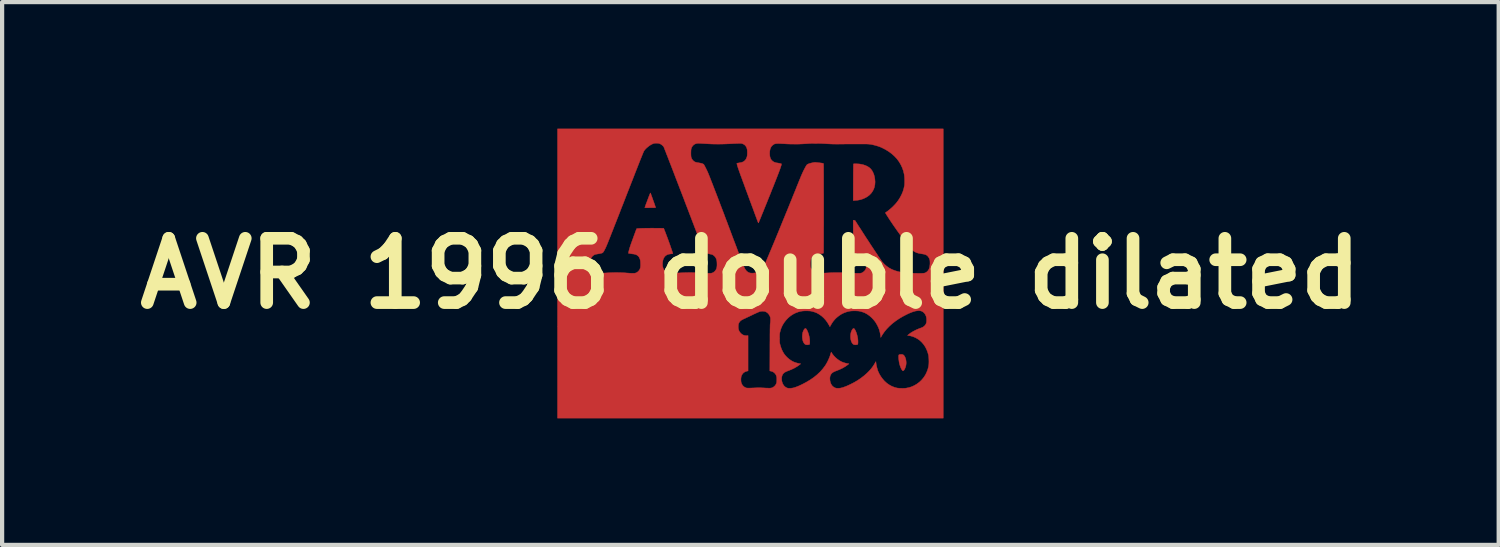
<source format=kicad_pcb>
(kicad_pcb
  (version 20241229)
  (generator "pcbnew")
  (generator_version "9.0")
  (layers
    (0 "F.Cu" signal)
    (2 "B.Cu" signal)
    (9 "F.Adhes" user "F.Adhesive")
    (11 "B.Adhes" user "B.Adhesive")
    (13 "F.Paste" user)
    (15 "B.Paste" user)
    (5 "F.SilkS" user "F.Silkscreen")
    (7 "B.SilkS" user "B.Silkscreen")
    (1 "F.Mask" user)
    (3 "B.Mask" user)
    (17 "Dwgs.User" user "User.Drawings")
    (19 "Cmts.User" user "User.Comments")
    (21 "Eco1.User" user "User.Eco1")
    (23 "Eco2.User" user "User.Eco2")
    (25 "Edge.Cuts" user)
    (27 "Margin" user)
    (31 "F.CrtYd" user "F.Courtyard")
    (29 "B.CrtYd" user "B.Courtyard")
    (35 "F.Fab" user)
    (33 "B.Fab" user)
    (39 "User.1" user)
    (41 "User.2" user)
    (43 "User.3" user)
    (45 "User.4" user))
  (footprint "AVR 1996 double dilated"
    (layer "F.Cu")
    (at 14.739 3.434)
    (property "Reference" "AVR 1996 double dilated" (at 0 0 0) (layer "F.SilkS") (effects (font (size 1.524 1.524) (thickness 0.3))))
    (attr through_hole)
    (fp_poly (pts (xy 1.311 1.303) (xy 1.322 1.311) (xy 1.333 1.327) (xy 1.346 1.351) (xy 1.347 1.352) (xy 1.366 1.396) (xy 1.382 1.444) (xy 1.395 1.496) (xy 1.404 1.547) (xy 1.408 1.597) (xy 1.408 1.642) (xy 1.407 1.647) (xy 1.406 1.664) (xy 1.404 1.674) (xy 1.401 1.68) (xy 1.396 1.683) (xy 1.391 1.684) (xy 1.367 1.689) (xy 1.344 1.691) (xy 1.329 1.689) (xy 1.309 1.684) (xy 1.294 1.676) (xy 1.281 1.663) (xy 1.277 1.659) (xy 1.261 1.634) (xy 1.247 1.603) (xy 1.238 1.566) (xy 1.232 1.525) (xy 1.231 1.488) (xy 1.234 1.44) (xy 1.242 1.397) (xy 1.256 1.359) (xy 1.274 1.326) (xy 1.279 1.321) (xy 1.29 1.308) (xy 1.301 1.302) (xy 1.311 1.303)) (stroke (width 0.01) (type solid)) (fill yes) (layer "F.Cu"))
    (fp_poly (pts (xy 2.454 1.303) (xy 2.465 1.311) (xy 2.476 1.327) (xy 2.489 1.351) (xy 2.49 1.352) (xy 2.509 1.396) (xy 2.525 1.444) (xy 2.538 1.496) (xy 2.547 1.547) (xy 2.551 1.597) (xy 2.551 1.642) (xy 2.55 1.647) (xy 2.549 1.664) (xy 2.547 1.674) (xy 2.544 1.68) (xy 2.539 1.683) (xy 2.534 1.684) (xy 2.51 1.689) (xy 2.487 1.691) (xy 2.472 1.689) (xy 2.452 1.684) (xy 2.437 1.676) (xy 2.424 1.663) (xy 2.42 1.659) (xy 2.404 1.634) (xy 2.39 1.603) (xy 2.381 1.566) (xy 2.375 1.525) (xy 2.374 1.488) (xy 2.377 1.44) (xy 2.385 1.397) (xy 2.399 1.359) (xy 2.417 1.326) (xy 2.422 1.321) (xy 2.433 1.308) (xy 2.444 1.302) (xy 2.454 1.303)) (stroke (width 0.01) (type solid)) (fill yes) (layer "F.Cu"))
    (fp_poly (pts (xy 3.596 1.918) (xy 3.614 1.923) (xy 3.616 1.923) (xy 3.635 1.936) (xy 3.652 1.956) (xy 3.666 1.981) (xy 3.678 2.012) (xy 3.687 2.046) (xy 3.692 2.083) (xy 3.694 2.121) (xy 3.691 2.156) (xy 3.686 2.186) (xy 3.678 2.215) (xy 3.668 2.242) (xy 3.657 2.266) (xy 3.645 2.286) (xy 3.633 2.299) (xy 3.62 2.307) (xy 3.616 2.307) (xy 3.611 2.304) (xy 3.603 2.297) (xy 3.599 2.292) (xy 3.585 2.271) (xy 3.57 2.243) (xy 3.557 2.21) (xy 3.544 2.174) (xy 3.534 2.137) (xy 3.526 2.101) (xy 3.522 2.07) (xy 3.518 2.039) (xy 3.515 2.008) (xy 3.514 1.981) (xy 3.514 1.958) (xy 3.515 1.946) (xy 3.518 1.934) (xy 3.522 1.927) (xy 3.53 1.923) (xy 3.534 1.921) (xy 3.552 1.918) (xy 3.574 1.917) (xy 3.596 1.918)) (stroke (width 0.01) (type solid)) (fill yes) (layer "F.Cu"))
    (fp_poly (pts (xy -2.368 -1.905) (xy -2.363 -1.894) (xy -2.356 -1.876) (xy -2.348 -1.853) (xy -2.338 -1.827) (xy -2.328 -1.798) (xy -2.316 -1.766) (xy -2.305 -1.734) (xy -2.293 -1.702) (xy -2.282 -1.671) (xy -2.272 -1.642) (xy -2.263 -1.616) (xy -2.256 -1.594) (xy -2.25 -1.577) (xy -2.247 -1.566) (xy -2.246 -1.563) (xy -2.251 -1.562) (xy -2.263 -1.561) (xy -2.281 -1.56) (xy -2.303 -1.56) (xy -2.329 -1.559) (xy -2.357 -1.559) (xy -2.385 -1.559) (xy -2.414 -1.558) (xy -2.44 -1.558) (xy -2.463 -1.558) (xy -2.482 -1.559) (xy -2.496 -1.559) (xy -2.502 -1.56) (xy -2.502 -1.56) (xy -2.502 -1.564) (xy -2.498 -1.576) (xy -2.492 -1.593) (xy -2.484 -1.617) (xy -2.474 -1.645) (xy -2.462 -1.676) (xy -2.449 -1.711) (xy -2.439 -1.738) (xy -2.425 -1.774) (xy -2.413 -1.808) (xy -2.401 -1.838) (xy -2.391 -1.864) (xy -2.382 -1.885) (xy -2.376 -1.9) (xy -2.372 -1.909) (xy -2.37 -1.91) (xy -2.368 -1.905)) (stroke (width 0.01) (type solid)) (fill yes) (layer "F.Cu"))
    (fp_poly (pts (xy 2.504 -2.601) (xy 2.528 -2.6) (xy 2.553 -2.599) (xy 2.577 -2.597) (xy 2.599 -2.595) (xy 2.607 -2.593) (xy 2.664 -2.582) (xy 2.718 -2.565) (xy 2.766 -2.544) (xy 2.808 -2.519) (xy 2.819 -2.511) (xy 2.853 -2.48) (xy 2.882 -2.443) (xy 2.906 -2.399) (xy 2.927 -2.35) (xy 2.942 -2.296) (xy 2.951 -2.239) (xy 2.956 -2.178) (xy 2.956 -2.167) (xy 2.952 -2.108) (xy 2.941 -2.051) (xy 2.922 -1.997) (xy 2.895 -1.947) (xy 2.862 -1.901) (xy 2.822 -1.86) (xy 2.775 -1.824) (xy 2.727 -1.796) (xy 2.667 -1.769) (xy 2.604 -1.749) (xy 2.54 -1.737) (xy 2.476 -1.732) (xy 2.468 -1.731) (xy 2.438 -1.731) (xy 2.439 -2.163) (xy 2.439 -2.223) (xy 2.44 -2.28) (xy 2.44 -2.334) (xy 2.44 -2.385) (xy 2.441 -2.432) (xy 2.441 -2.474) (xy 2.442 -2.511) (xy 2.442 -2.542) (xy 2.443 -2.567) (xy 2.443 -2.585) (xy 2.444 -2.595) (xy 2.444 -2.598) (xy 2.45 -2.6) (xy 2.463 -2.601) (xy 2.481 -2.601) (xy 2.504 -2.601)) (stroke (width 0.01) (type solid)) (fill yes) (layer "F.Cu"))
    (fp_poly (pts (xy 4.572 3.429) (xy -4.572 3.429) (xy -4.572 1.262) (xy -0.288 1.262) (xy -0.285 1.302) (xy -0.277 1.338) (xy -0.263 1.371) (xy -0.241 1.401) (xy -0.233 1.411) (xy -0.204 1.438) (xy -0.172 1.457) (xy -0.138 1.469) (xy -0.099 1.473) (xy -0.086 1.473) (xy -0.055 1.471) (xy -0.055 1.89) (xy -0.055 2.309) (xy -0.084 2.315) (xy -0.118 2.326) (xy -0.15 2.344) (xy -0.177 2.368) (xy -0.198 2.398) (xy -0.214 2.433) (xy -0.217 2.442) (xy -0.221 2.467) (xy -0.224 2.497) (xy -0.224 2.529) (xy -0.222 2.559) (xy -0.218 2.584) (xy -0.205 2.619) (xy -0.186 2.65) (xy -0.161 2.677) (xy -0.132 2.697) (xy -0.1 2.711) (xy -0.098 2.712) (xy -0.084 2.714) (xy -0.061 2.716) (xy -0.03 2.716) (xy 0.009 2.715) (xy 0.057 2.713) (xy 0.113 2.711) (xy 0.131 2.71) (xy 0.176 2.708) (xy 0.223 2.708) (xy 0.262 2.71) (xy 0.314 2.712) (xy 0.358 2.715) (xy 0.395 2.716) (xy 0.425 2.717) (xy 0.45 2.717) (xy 0.469 2.717) (xy 0.484 2.715) (xy 0.495 2.714) (xy 0.528 2.703) (xy 0.557 2.684) (xy 0.583 2.66) (xy 0.604 2.631) (xy 0.618 2.598) (xy 0.621 2.59) (xy 0.624 2.573) (xy 0.625 2.55) (xy 0.626 2.523) (xy 0.626 2.496) (xy 0.625 2.47) (xy 0.622 2.449) (xy 0.62 2.439) (xy 0.607 2.404) (xy 0.587 2.374) (xy 0.562 2.349) (xy 0.532 2.329) (xy 0.498 2.317) (xy 0.49 2.315) (xy 0.461 2.309) (xy 0.463 1.763) (xy 0.463 1.672) (xy 0.464 1.59) (xy 0.464 1.516) (xy 0.692 1.516) (xy 0.692 1.532) (xy 0.692 1.565) (xy 0.693 1.591) (xy 0.693 1.611) (xy 0.694 1.627) (xy 0.695 1.641) (xy 0.697 1.654) (xy 0.7 1.667) (xy 0.704 1.682) (xy 0.704 1.685) (xy 0.721 1.742) (xy 0.74 1.794) (xy 0.762 1.842) (xy 0.79 1.89) (xy 0.801 1.907) (xy 0.834 1.949) (xy 0.873 1.99) (xy 0.917 2.028) (xy 0.963 2.061) (xy 1.01 2.088) (xy 1.021 2.093) (xy 1.049 2.104) (xy 1.081 2.115) (xy 1.116 2.125) (xy 1.15 2.133) (xy 1.165 2.135) (xy 1.193 2.14) (xy 1.168 2.161) (xy 1.109 2.203) (xy 1.043 2.242) (xy 0.969 2.277) (xy 0.904 2.303) (xy 0.869 2.316) (xy 0.841 2.329) (xy 0.819 2.34) (xy 0.801 2.353) (xy 0.786 2.366) (xy 0.774 2.381) (xy 0.766 2.392) (xy 0.752 2.422) (xy 0.743 2.457) (xy 0.741 2.496) (xy 0.744 2.539) (xy 0.75 2.566) (xy 0.762 2.604) (xy 0.781 2.639) (xy 0.804 2.669) (xy 0.832 2.693) (xy 0.863 2.71) (xy 0.879 2.716) (xy 0.901 2.72) (xy 0.928 2.721) (xy 0.959 2.72) (xy 0.99 2.716) (xy 1.019 2.711) (xy 1.03 2.708) (xy 1.068 2.696) (xy 1.104 2.683) (xy 1.141 2.668) (xy 1.179 2.651) (xy 1.223 2.63) (xy 1.23 2.627) (xy 1.33 2.574) (xy 1.423 2.518) (xy 1.508 2.459) (xy 1.585 2.396) (xy 1.655 2.33) (xy 1.717 2.26) (xy 1.771 2.188) (xy 1.793 2.154) (xy 1.823 2.101) (xy 1.851 2.043) (xy 1.877 1.983) (xy 1.897 1.924) (xy 1.907 1.891) (xy 1.915 1.863) (xy 1.942 1.904) (xy 1.976 1.948) (xy 2.016 1.99) (xy 2.061 2.029) (xy 2.109 2.063) (xy 2.158 2.09) (xy 2.164 2.093) (xy 2.192 2.104) (xy 2.224 2.115) (xy 2.259 2.125) (xy 2.293 2.133) (xy 2.308 2.135) (xy 2.336 2.14) (xy 2.311 2.161) (xy 2.252 2.203) (xy 2.186 2.242) (xy 2.112 2.277) (xy 2.047 2.303) (xy 2.012 2.316) (xy 1.984 2.329) (xy 1.962 2.34) (xy 1.944 2.353) (xy 1.929 2.366) (xy 1.917 2.381) (xy 1.909 2.392) (xy 1.896 2.418) (xy 1.887 2.448) (xy 1.884 2.483) (xy 1.884 2.493) (xy 1.887 2.537) (xy 1.896 2.579) (xy 1.911 2.617) (xy 1.931 2.651) (xy 1.944 2.666) (xy 1.969 2.688) (xy 1.995 2.705) (xy 2.025 2.716) (xy 2.058 2.721) (xy 2.095 2.721) (xy 2.136 2.716) (xy 2.182 2.705) (xy 2.232 2.688) (xy 2.288 2.666) (xy 2.349 2.638) (xy 2.373 2.627) (xy 2.462 2.581) (xy 2.544 2.533) (xy 2.619 2.482) (xy 2.689 2.428) (xy 2.756 2.37) (xy 2.79 2.337) (xy 2.832 2.293) (xy 2.869 2.25) (xy 2.902 2.206) (xy 2.933 2.159) (xy 2.954 2.124) (xy 2.975 2.088) (xy 2.98 2.131) (xy 2.984 2.162) (xy 2.992 2.197) (xy 3.001 2.234) (xy 3.011 2.271) (xy 3.021 2.303) (xy 3.027 2.318) (xy 3.054 2.376) (xy 3.088 2.434) (xy 3.127 2.489) (xy 3.171 2.54) (xy 3.181 2.551) (xy 3.234 2.599) (xy 3.291 2.639) (xy 3.351 2.672) (xy 3.414 2.697) (xy 3.445 2.706) (xy 3.464 2.711) (xy 3.48 2.714) (xy 3.496 2.717) (xy 3.513 2.718) (xy 3.533 2.72) (xy 3.56 2.721) (xy 3.575 2.721) (xy 3.61 2.722) (xy 3.639 2.721) (xy 3.663 2.72) (xy 3.684 2.718) (xy 3.698 2.716) (xy 3.764 2.703) (xy 3.825 2.683) (xy 3.884 2.656) (xy 3.943 2.622) (xy 3.945 2.62) (xy 4.004 2.577) (xy 4.056 2.528) (xy 4.103 2.473) (xy 4.143 2.414) (xy 4.176 2.35) (xy 4.203 2.282) (xy 4.222 2.211) (xy 4.229 2.168) (xy 4.231 2.147) (xy 4.232 2.121) (xy 4.233 2.09) (xy 4.232 2.057) (xy 4.231 2.024) (xy 4.229 1.993) (xy 4.227 1.966) (xy 4.224 1.945) (xy 4.223 1.939) (xy 4.203 1.866) (xy 4.176 1.797) (xy 4.144 1.735) (xy 4.105 1.678) (xy 4.061 1.627) (xy 4.011 1.581) (xy 3.972 1.554) (xy 3.915 1.521) (xy 3.853 1.495) (xy 3.788 1.477) (xy 3.758 1.472) (xy 3.726 1.467) (xy 3.752 1.445) (xy 3.804 1.406) (xy 3.864 1.37) (xy 3.93 1.336) (xy 4.001 1.306) (xy 4.048 1.289) (xy 4.086 1.273) (xy 4.117 1.252) (xy 4.142 1.226) (xy 4.153 1.211) (xy 4.165 1.188) (xy 4.173 1.163) (xy 4.177 1.134) (xy 4.178 1.103) (xy 4.175 1.055) (xy 4.165 1.012) (xy 4.148 0.974) (xy 4.126 0.941) (xy 4.097 0.914) (xy 4.085 0.906) (xy 4.058 0.892) (xy 4.028 0.884) (xy 3.994 0.88) (xy 3.956 0.883) (xy 3.913 0.89) (xy 3.866 0.903) (xy 3.813 0.922) (xy 3.755 0.946) (xy 3.701 0.972) (xy 3.609 1.02) (xy 3.522 1.072) (xy 3.44 1.128) (xy 3.364 1.187) (xy 3.295 1.249) (xy 3.232 1.314) (xy 3.177 1.381) (xy 3.129 1.45) (xy 3.112 1.479) (xy 3.091 1.516) (xy 3.088 1.487) (xy 3.085 1.461) (xy 3.079 1.431) (xy 3.072 1.397) (xy 3.064 1.364) (xy 3.055 1.334) (xy 3.052 1.323) (xy 3.04 1.293) (xy 3.025 1.259) (xy 3.007 1.223) (xy 2.987 1.188) (xy 2.967 1.155) (xy 2.956 1.139) (xy 2.917 1.091) (xy 2.873 1.045) (xy 2.825 1.003) (xy 2.775 0.967) (xy 2.729 0.941) (xy 2.711 0.932) (xy 2.695 0.925) (xy 2.679 0.919) (xy 2.66 0.913) (xy 2.637 0.906) (xy 2.618 0.901) (xy 2.601 0.896) (xy 2.585 0.893) (xy 2.57 0.89) (xy 2.554 0.889) (xy 2.533 0.887) (xy 2.507 0.886) (xy 2.491 0.886) (xy 2.447 0.885) (xy 2.408 0.887) (xy 2.374 0.89) (xy 2.341 0.895) (xy 2.307 0.903) (xy 2.286 0.909) (xy 2.223 0.931) (xy 2.162 0.961) (xy 2.103 0.999) (xy 2.049 1.042) (xy 2.021 1.068) (xy 1.989 1.103) (xy 1.961 1.137) (xy 1.936 1.174) (xy 1.911 1.215) (xy 1.907 1.223) (xy 1.885 1.262) (xy 1.863 1.221) (xy 1.827 1.161) (xy 1.786 1.105) (xy 1.739 1.053) (xy 1.688 1.007) (xy 1.633 0.968) (xy 1.586 0.941) (xy 1.568 0.932) (xy 1.552 0.925) (xy 1.536 0.919) (xy 1.517 0.913) (xy 1.494 0.906) (xy 1.475 0.901) (xy 1.458 0.896) (xy 1.442 0.893) (xy 1.427 0.89) (xy 1.411 0.889) (xy 1.39 0.887) (xy 1.364 0.886) (xy 1.348 0.886) (xy 1.304 0.885) (xy 1.265 0.887) (xy 1.231 0.89) (xy 1.198 0.895) (xy 1.164 0.903) (xy 1.143 0.909) (xy 1.078 0.932) (xy 1.016 0.963) (xy 0.958 1) (xy 0.903 1.045) (xy 0.853 1.096) (xy 0.808 1.152) (xy 0.769 1.213) (xy 0.763 1.223) (xy 0.743 1.265) (xy 0.725 1.309) (xy 0.71 1.358) (xy 0.706 1.376) (xy 0.701 1.392) (xy 0.698 1.406) (xy 0.696 1.419) (xy 0.694 1.432) (xy 0.693 1.447) (xy 0.693 1.465) (xy 0.692 1.487) (xy 0.692 1.516) (xy 0.464 1.516) (xy 0.464 1.516) (xy 0.464 1.449) (xy 0.465 1.391) (xy 0.465 1.34) (xy 0.466 1.297) (xy 0.467 1.262) (xy 0.467 1.234) (xy 0.468 1.213) (xy 0.469 1.198) (xy 0.469 1.192) (xy 0.474 1.163) (xy 0.476 1.133) (xy 0.477 1.102) (xy 0.477 1.074) (xy 0.475 1.05) (xy 0.472 1.037) (xy 0.459 1.003) (xy 0.44 0.971) (xy 0.416 0.943) (xy 0.388 0.92) (xy 0.357 0.904) (xy 0.342 0.899) (xy 0.315 0.895) (xy 0.284 0.893) (xy 0.253 0.896) (xy 0.225 0.901) (xy 0.224 0.901) (xy 0.214 0.905) (xy 0.198 0.912) (xy 0.176 0.921) (xy 0.149 0.933) (xy 0.119 0.947) (xy 0.086 0.962) (xy 0.052 0.978) (xy 0.047 0.981) (xy 0.011 0.998) (xy -0.024 1.015) (xy -0.058 1.031) (xy -0.089 1.045) (xy -0.115 1.058) (xy -0.137 1.068) (xy -0.152 1.075) (xy -0.153 1.075) (xy -0.185 1.091) (xy -0.211 1.105) (xy -0.232 1.121) (xy -0.248 1.137) (xy -0.259 1.152) (xy -0.273 1.175) (xy -0.282 1.2) (xy -0.286 1.23) (xy -0.288 1.262) (xy -4.572 1.262) (xy -4.572 -0.226) (xy -3.797 -0.226) (xy -3.795 -0.18) (xy -3.789 -0.14) (xy -3.779 -0.107) (xy -3.764 -0.079) (xy -3.744 -0.054) (xy -3.718 -0.033) (xy -3.707 -0.026) (xy -3.696 -0.02) (xy -3.684 -0.015) (xy -3.671 -0.011) (xy -3.656 -0.008) (xy -3.637 -0.006) (xy -3.615 -0.005) (xy -3.588 -0.005) (xy -3.555 -0.006) (xy -3.516 -0.008) (xy -3.47 -0.011) (xy -3.437 -0.013) (xy -3.311 -0.02) (xy -3.19 -0.023) (xy -3.072 -0.021) (xy -2.956 -0.015) (xy -2.939 -0.013) (xy -2.893 -0.01) (xy -2.854 -0.007) (xy -2.822 -0.006) (xy -2.796 -0.005) (xy -2.775 -0.005) (xy -2.758 -0.005) (xy -2.743 -0.007) (xy -2.731 -0.009) (xy -2.727 -0.01) (xy -2.695 -0.023) (xy -2.666 -0.043) (xy -2.642 -0.068) (xy -2.622 -0.099) (xy -2.61 -0.132) (xy -2.606 -0.151) (xy -2.604 -0.176) (xy -2.603 -0.205) (xy -2.604 -0.235) (xy -2.605 -0.266) (xy -2.607 -0.294) (xy -2.611 -0.317) (xy -2.612 -0.322) (xy -2.625 -0.361) (xy -2.642 -0.393) (xy -2.665 -0.419) (xy -2.694 -0.439) (xy -2.728 -0.453) (xy -2.769 -0.462) (xy -2.781 -0.463) (xy -2.798 -0.465) (xy -2.82 -0.468) (xy -2.842 -0.471) (xy -2.85 -0.473) (xy -2.892 -0.48) (xy -2.889 -0.497) (xy -2.883 -0.526) (xy -2.874 -0.562) (xy -2.862 -0.604) (xy -2.847 -0.651) (xy -2.829 -0.702) (xy -2.829 -0.703) (xy -2.817 -0.736) (xy -2.804 -0.772) (xy -2.791 -0.809) (xy -2.777 -0.846) (xy -2.764 -0.883) (xy -2.751 -0.919) (xy -2.738 -0.953) (xy -2.727 -0.984) (xy -2.717 -1.011) (xy -2.708 -1.033) (xy -2.702 -1.049) (xy -2.698 -1.059) (xy -2.697 -1.062) (xy -2.692 -1.064) (xy -2.678 -1.066) (xy -2.658 -1.068) (xy -2.63 -1.069) (xy -2.597 -1.071) (xy -2.558 -1.072) (xy -2.514 -1.073) (xy -2.466 -1.074) (xy -2.414 -1.074) (xy -2.36 -1.075) (xy -2.302 -1.075) (xy -2.256 -1.074) (xy -2.055 -1.073) (xy -2.023 -0.993) (xy -2.012 -0.965) (xy -2 -0.932) (xy -1.986 -0.896) (xy -1.972 -0.858) (xy -1.957 -0.818) (xy -1.942 -0.777) (xy -1.927 -0.735) (xy -1.912 -0.694) (xy -1.898 -0.654) (xy -1.885 -0.616) (xy -1.873 -0.581) (xy -1.862 -0.55) (xy -1.853 -0.522) (xy -1.846 -0.5) (xy -1.841 -0.484) (xy -1.838 -0.474) (xy -1.838 -0.472) (xy -1.843 -0.471) (xy -1.854 -0.469) (xy -1.869 -0.467) (xy -1.878 -0.466) (xy -1.908 -0.462) (xy -1.931 -0.458) (xy -1.95 -0.454) (xy -1.964 -0.449) (xy -1.977 -0.443) (xy -1.989 -0.436) (xy -2.01 -0.421) (xy -2.026 -0.406) (xy -2.04 -0.388) (xy -2.05 -0.371) (xy -2.064 -0.343) (xy -2.074 -0.309) (xy -2.08 -0.271) (xy -2.083 -0.232) (xy -2.082 -0.194) (xy -2.077 -0.158) (xy -2.075 -0.15) (xy -2.061 -0.111) (xy -2.042 -0.077) (xy -2.018 -0.049) (xy -1.99 -0.027) (xy -1.958 -0.012) (xy -1.951 -0.01) (xy -1.941 -0.008) (xy -1.93 -0.006) (xy -1.917 -0.005) (xy -1.901 -0.005) (xy -1.881 -0.005) (xy -1.857 -0.005) (xy -1.827 -0.007) (xy -1.791 -0.009) (xy -1.748 -0.011) (xy -1.709 -0.013) (xy -1.57 -0.02) (xy -1.437 -0.023) (xy -1.307 -0.021) (xy -1.179 -0.015) (xy -1.151 -0.013) (xy -1.1 -0.01) (xy -1.057 -0.007) (xy -1.02 -0.006) (xy -0.99 -0.005) (xy -0.964 -0.005) (xy -0.943 -0.006) (xy -0.925 -0.008) (xy -0.911 -0.012) (xy -0.898 -0.016) (xy -0.886 -0.022) (xy -0.874 -0.029) (xy -0.872 -0.03) (xy -0.843 -0.053) (xy -0.82 -0.083) (xy -0.803 -0.117) (xy -0.798 -0.134) (xy -0.795 -0.154) (xy -0.792 -0.181) (xy -0.791 -0.211) (xy -0.792 -0.242) (xy -0.793 -0.273) (xy -0.796 -0.3) (xy -0.8 -0.321) (xy -0.8 -0.321) (xy -0.814 -0.36) (xy -0.835 -0.394) (xy -0.862 -0.422) (xy -0.889 -0.441) (xy -0.905 -0.449) (xy -0.926 -0.455) (xy -0.946 -0.459) (xy -0.992 -0.469) (xy -1.032 -0.482) (xy -1.069 -0.497) (xy -1.099 -0.511) (xy -1.147 -0.64) (xy -1.162 -0.68) (xy -1.179 -0.726) (xy -1.199 -0.777) (xy -1.22 -0.833) (xy -1.243 -0.893) (xy -1.267 -0.958) (xy -1.293 -1.026) (xy -1.321 -1.098) (xy -1.349 -1.173) (xy -1.379 -1.25) (xy -1.409 -1.33) (xy -1.441 -1.412) (xy -1.472 -1.495) (xy -1.505 -1.58) (xy -1.538 -1.665) (xy -1.57 -1.751) (xy -1.603 -1.837) (xy -1.636 -1.922) (xy -1.669 -2.007) (xy -1.701 -2.091) (xy -1.733 -2.174) (xy -1.764 -2.254) (xy -1.794 -2.333) (xy -1.823 -2.409) (xy -1.851 -2.482) (xy -1.878 -2.552) (xy -1.904 -2.618) (xy -1.928 -2.68) (xy -1.95 -2.738) (xy -1.971 -2.792) (xy -1.99 -2.84) (xy -1.998 -2.862) (xy -1.41 -2.862) (xy -1.41 -2.833) (xy -1.409 -2.805) (xy -1.407 -2.781) (xy -1.405 -2.763) (xy -1.404 -2.757) (xy -1.39 -2.721) (xy -1.369 -2.69) (xy -1.342 -2.663) (xy -1.329 -2.654) (xy -1.318 -2.648) (xy -1.308 -2.643) (xy -1.297 -2.639) (xy -1.282 -2.635) (xy -1.264 -2.631) (xy -1.239 -2.627) (xy -1.215 -2.623) (xy -1.183 -2.617) (xy -1.154 -2.61) (xy -1.131 -2.602) (xy -1.115 -2.594) (xy -1.107 -2.589) (xy -1.101 -2.58) (xy -1.092 -2.565) (xy -1.081 -2.545) (xy -1.069 -2.521) (xy -1.055 -2.494) (xy -1.041 -2.466) (xy -1.027 -2.437) (xy -1.014 -2.409) (xy -1.003 -2.383) (xy -0.993 -2.36) (xy -0.981 -2.329) (xy -0.965 -2.29) (xy -0.948 -2.246) (xy -0.928 -2.194) (xy -0.905 -2.137) (xy -0.881 -2.074) (xy -0.855 -2.006) (xy -0.827 -1.934) (xy -0.797 -1.857) (xy -0.766 -1.776) (xy -0.734 -1.692) (xy -0.701 -1.604) (xy -0.666 -1.514) (xy -0.631 -1.422) (xy -0.596 -1.327) (xy -0.559 -1.231) (xy -0.523 -1.134) (xy -0.486 -1.037) (xy -0.485 -1.033) (xy -0.446 -0.929) (xy -0.41 -0.833) (xy -0.376 -0.744) (xy -0.345 -0.663) (xy -0.317 -0.588) (xy -0.292 -0.52) (xy -0.268 -0.458) (xy -0.247 -0.403) (xy -0.228 -0.353) (xy -0.211 -0.309) (xy -0.196 -0.271) (xy -0.183 -0.237) (xy -0.172 -0.209) (xy -0.163 -0.185) (xy -0.155 -0.165) (xy -0.148 -0.15) (xy -0.143 -0.138) (xy -0.139 -0.13) (xy -0.116 -0.091) (xy -0.09 -0.059) (xy -0.062 -0.036) (xy -0.032 -0.02) (xy -0.016 -0.015) (xy 0.011 -0.01) (xy 0.042 -0.009) (xy 0.076 -0.01) (xy 0.11 -0.014) (xy 0.141 -0.021) (xy 0.166 -0.03) (xy 0.171 -0.033) (xy 0.215 -0.06) (xy 0.255 -0.093) (xy 0.29 -0.133) (xy 0.322 -0.18) (xy 0.338 -0.21) (xy 0.344 -0.223) (xy 0.353 -0.243) (xy 0.365 -0.271) (xy 0.38 -0.304) (xy 0.397 -0.345) (xy 0.416 -0.391) (xy 0.438 -0.442) (xy 0.461 -0.498) (xy 0.487 -0.559) (xy 0.514 -0.624) (xy 0.543 -0.693) (xy 0.573 -0.765) (xy 0.604 -0.84) (xy 0.636 -0.918) (xy 0.669 -0.998) (xy 0.702 -1.079) (xy 0.736 -1.162) (xy 0.77 -1.246) (xy 0.805 -1.33) (xy 0.839 -1.414) (xy 0.874 -1.498) (xy 0.908 -1.582) (xy 0.941 -1.664) (xy 0.974 -1.744) (xy 1.005 -1.823) (xy 1.036 -1.899) (xy 1.066 -1.972) (xy 1.085 -2.019) (xy 1.103 -2.066) (xy 1.122 -2.112) (xy 1.14 -2.156) (xy 1.156 -2.197) (xy 1.172 -2.235) (xy 1.186 -2.269) (xy 1.197 -2.297) (xy 1.207 -2.32) (xy 1.214 -2.336) (xy 1.215 -2.339) (xy 1.236 -2.386) (xy 1.256 -2.429) (xy 1.276 -2.468) (xy 1.294 -2.503) (xy 1.31 -2.532) (xy 1.324 -2.556) (xy 1.336 -2.573) (xy 1.343 -2.581) (xy 1.355 -2.589) (xy 1.374 -2.598) (xy 1.398 -2.607) (xy 1.425 -2.615) (xy 1.454 -2.622) (xy 1.482 -2.628) (xy 1.509 -2.633) (xy 1.532 -2.635) (xy 1.539 -2.635) (xy 1.55 -2.634) (xy 1.569 -2.632) (xy 1.591 -2.63) (xy 1.617 -2.627) (xy 1.643 -2.624) (xy 1.668 -2.621) (xy 1.69 -2.618) (xy 1.703 -2.616) (xy 1.718 -2.613) (xy 1.727 -2.611) (xy 1.731 -2.607) (xy 1.734 -2.6) (xy 1.734 -2.596) (xy 1.735 -2.59) (xy 1.735 -2.576) (xy 1.735 -2.555) (xy 1.736 -2.526) (xy 1.736 -2.491) (xy 1.736 -2.45) (xy 1.736 -2.403) (xy 1.737 -2.35) (xy 1.737 -2.293) (xy 1.737 -2.231) (xy 1.737 -2.165) (xy 1.737 -2.095) (xy 1.737 -2.023) (xy 1.737 -1.947) (xy 1.738 -1.87) (xy 1.738 -1.79) (xy 1.738 -1.71) (xy 1.738 -1.628) (xy 1.738 -1.546) (xy 1.738 -1.464) (xy 1.738 -1.383) (xy 1.738 -1.302) (xy 1.738 -1.223) (xy 1.738 -1.145) (xy 1.737 -1.07) (xy 1.737 -0.997) (xy 1.737 -0.927) (xy 1.737 -0.861) (xy 1.737 -0.799) (xy 1.737 -0.742) (xy 1.736 -0.689) (xy 1.736 -0.642) (xy 1.736 -0.6) (xy 1.736 -0.565) (xy 1.735 -0.536) (xy 1.735 -0.515) (xy 1.735 -0.501) (xy 1.735 -0.495) (xy 1.735 -0.495) (xy 1.733 -0.488) (xy 1.731 -0.483) (xy 1.727 -0.48) (xy 1.72 -0.477) (xy 1.709 -0.475) (xy 1.692 -0.472) (xy 1.669 -0.47) (xy 1.649 -0.468) (xy 1.615 -0.464) (xy 1.588 -0.46) (xy 1.567 -0.457) (xy 1.551 -0.454) (xy 1.538 -0.449) (xy 1.526 -0.444) (xy 1.515 -0.438) (xy 1.512 -0.436) (xy 1.481 -0.412) (xy 1.457 -0.382) (xy 1.439 -0.348) (xy 1.43 -0.318) (xy 1.426 -0.293) (xy 1.423 -0.263) (xy 1.422 -0.231) (xy 1.423 -0.199) (xy 1.425 -0.17) (xy 1.429 -0.146) (xy 1.43 -0.143) (xy 1.445 -0.105) (xy 1.466 -0.071) (xy 1.493 -0.043) (xy 1.512 -0.029) (xy 1.522 -0.023) (xy 1.533 -0.018) (xy 1.544 -0.013) (xy 1.556 -0.01) (xy 1.571 -0.007) (xy 1.589 -0.006) (xy 1.61 -0.005) (xy 1.637 -0.005) (xy 1.668 -0.006) (xy 1.705 -0.008) (xy 1.749 -0.01) (xy 1.801 -0.013) (xy 1.806 -0.013) (xy 1.912 -0.019) (xy 2.013 -0.022) (xy 2.111 -0.022) (xy 2.209 -0.021) (xy 2.31 -0.017) (xy 2.374 -0.013) (xy 2.426 -0.01) (xy 2.471 -0.008) (xy 2.508 -0.006) (xy 2.54 -0.005) (xy 2.566 -0.005) (xy 2.588 -0.006) (xy 2.606 -0.007) (xy 2.62 -0.009) (xy 2.633 -0.012) (xy 2.644 -0.016) (xy 2.654 -0.021) (xy 2.662 -0.026) (xy 2.691 -0.047) (xy 2.714 -0.071) (xy 2.732 -0.098) (xy 2.744 -0.13) (xy 2.752 -0.168) (xy 2.755 -0.212) (xy 2.756 -0.231) (xy 2.754 -0.274) (xy 2.75 -0.31) (xy 2.742 -0.341) (xy 2.73 -0.368) (xy 2.714 -0.393) (xy 2.702 -0.407) (xy 2.681 -0.427) (xy 2.656 -0.442) (xy 2.628 -0.453) (xy 2.593 -0.46) (xy 2.565 -0.463) (xy 2.539 -0.466) (xy 2.514 -0.469) (xy 2.49 -0.472) (xy 2.471 -0.476) (xy 2.456 -0.479) (xy 2.448 -0.482) (xy 2.447 -0.483) (xy 2.445 -0.487) (xy 2.444 -0.497) (xy 2.443 -0.511) (xy 2.442 -0.531) (xy 2.441 -0.556) (xy 2.44 -0.587) (xy 2.44 -0.625) (xy 2.439 -0.67) (xy 2.439 -0.721) (xy 2.439 -0.78) (xy 2.438 -0.847) (xy 2.438 -0.922) (xy 2.438 -0.928) (xy 2.438 -1.262) (xy 2.459 -1.261) (xy 2.469 -1.261) (xy 2.477 -1.259) (xy 2.483 -1.254) (xy 2.49 -1.244) (xy 2.494 -1.237) (xy 2.534 -1.174) (xy 2.575 -1.11) (xy 2.617 -1.046) (xy 2.659 -0.98) (xy 2.701 -0.915) (xy 2.742 -0.851) (xy 2.784 -0.788) (xy 2.824 -0.726) (xy 2.863 -0.666) (xy 2.901 -0.609) (xy 2.937 -0.554) (xy 2.971 -0.503) (xy 3.003 -0.456) (xy 3.031 -0.412) (xy 3.057 -0.374) (xy 3.08 -0.341) (xy 3.099 -0.314) (xy 3.114 -0.292) (xy 3.125 -0.277) (xy 3.127 -0.275) (xy 3.176 -0.221) (xy 3.231 -0.173) (xy 3.291 -0.131) (xy 3.357 -0.096) (xy 3.428 -0.068) (xy 3.505 -0.045) (xy 3.587 -0.029) (xy 3.594 -0.028) (xy 3.628 -0.024) (xy 3.666 -0.02) (xy 3.709 -0.016) (xy 3.753 -0.013) (xy 3.8 -0.01) (xy 3.847 -0.008) (xy 3.893 -0.006) (xy 3.939 -0.005) (xy 3.982 -0.004) (xy 4.021 -0.004) (xy 4.056 -0.004) (xy 4.086 -0.006) (xy 4.11 -0.007) (xy 4.126 -0.01) (xy 4.127 -0.01) (xy 4.16 -0.023) (xy 4.189 -0.044) (xy 4.213 -0.07) (xy 4.233 -0.103) (xy 4.247 -0.141) (xy 4.252 -0.165) (xy 4.255 -0.194) (xy 4.258 -0.226) (xy 4.258 -0.258) (xy 4.257 -0.289) (xy 4.255 -0.314) (xy 4.252 -0.326) (xy 4.242 -0.355) (xy 4.226 -0.384) (xy 4.207 -0.409) (xy 4.198 -0.418) (xy 4.184 -0.43) (xy 4.169 -0.439) (xy 4.153 -0.447) (xy 4.133 -0.454) (xy 4.11 -0.459) (xy 4.081 -0.464) (xy 4.045 -0.469) (xy 4.043 -0.47) (xy 3.988 -0.48) (xy 3.939 -0.495) (xy 3.894 -0.516) (xy 3.854 -0.543) (xy 3.815 -0.578) (xy 3.807 -0.585) (xy 3.794 -0.6) (xy 3.777 -0.621) (xy 3.755 -0.647) (xy 3.731 -0.679) (xy 3.703 -0.714) (xy 3.673 -0.754) (xy 3.642 -0.796) (xy 3.609 -0.84) (xy 3.575 -0.886) (xy 3.541 -0.933) (xy 3.507 -0.98) (xy 3.473 -1.027) (xy 3.441 -1.073) (xy 3.41 -1.117) (xy 3.382 -1.158) (xy 3.359 -1.192) (xy 3.339 -1.221) (xy 3.319 -1.252) (xy 3.298 -1.283) (xy 3.279 -1.313) (xy 3.26 -1.342) (xy 3.243 -1.369) (xy 3.228 -1.392) (xy 3.216 -1.412) (xy 3.207 -1.427) (xy 3.202 -1.436) (xy 3.2 -1.439) (xy 3.204 -1.443) (xy 3.212 -1.45) (xy 3.224 -1.458) (xy 3.225 -1.458) (xy 3.261 -1.484) (xy 3.299 -1.515) (xy 3.339 -1.549) (xy 3.379 -1.586) (xy 3.416 -1.624) (xy 3.449 -1.66) (xy 3.457 -1.669) (xy 3.506 -1.733) (xy 3.548 -1.8) (xy 3.585 -1.87) (xy 3.615 -1.941) (xy 3.637 -2.013) (xy 3.652 -2.084) (xy 3.654 -2.098) (xy 3.656 -2.127) (xy 3.657 -2.162) (xy 3.657 -2.201) (xy 3.656 -2.242) (xy 3.654 -2.282) (xy 3.65 -2.319) (xy 3.646 -2.351) (xy 3.643 -2.365) (xy 3.624 -2.442) (xy 3.598 -2.513) (xy 3.566 -2.581) (xy 3.526 -2.648) (xy 3.523 -2.653) (xy 3.474 -2.719) (xy 3.417 -2.78) (xy 3.354 -2.837) (xy 3.284 -2.889) (xy 3.207 -2.937) (xy 3.159 -2.962) (xy 3.113 -2.985) (xy 3.071 -3.003) (xy 3.028 -3.018) (xy 2.981 -3.032) (xy 2.953 -3.04) (xy 2.924 -3.047) (xy 2.899 -3.053) (xy 2.876 -3.058) (xy 2.854 -3.062) (xy 2.832 -3.065) (xy 2.809 -3.067) (xy 2.784 -3.069) (xy 2.756 -3.07) (xy 2.723 -3.071) (xy 2.684 -3.071) (xy 2.639 -3.071) (xy 2.616 -3.071) (xy 2.575 -3.071) (xy 2.527 -3.071) (xy 2.474 -3.071) (xy 2.418 -3.071) (xy 2.36 -3.07) (xy 2.303 -3.07) (xy 2.247 -3.07) (xy 2.197 -3.069) (xy 2.143 -3.069) (xy 2.097 -3.068) (xy 2.057 -3.068) (xy 2.021 -3.068) (xy 1.989 -3.069) (xy 1.959 -3.069) (xy 1.931 -3.07) (xy 1.902 -3.071) (xy 1.872 -3.073) (xy 1.84 -3.074) (xy 1.803 -3.076) (xy 1.793 -3.077) (xy 1.745 -3.08) (xy 1.702 -3.082) (xy 1.664 -3.083) (xy 1.633 -3.084) (xy 1.609 -3.085) (xy 1.593 -3.084) (xy 1.592 -3.084) (xy 1.568 -3.082) (xy 1.548 -3.081) (xy 1.531 -3.082) (xy 1.511 -3.083) (xy 1.49 -3.084) (xy 1.471 -3.085) (xy 1.445 -3.084) (xy 1.41 -3.083) (xy 1.367 -3.08) (xy 1.321 -3.077) (xy 1.23 -3.072) (xy 1.135 -3.068) (xy 1.04 -3.068) (xy 0.947 -3.069) (xy 0.859 -3.072) (xy 0.851 -3.073) (xy 0.797 -3.076) (xy 0.751 -3.078) (xy 0.712 -3.08) (xy 0.679 -3.081) (xy 0.651 -3.081) (xy 0.629 -3.08) (xy 0.61 -3.079) (xy 0.594 -3.076) (xy 0.58 -3.073) (xy 0.568 -3.069) (xy 0.557 -3.063) (xy 0.547 -3.056) (xy 0.547 -3.056) (xy 0.518 -3.034) (xy 0.495 -3.007) (xy 0.478 -2.975) (xy 0.466 -2.937) (xy 0.459 -2.894) (xy 0.457 -2.849) (xy 0.459 -2.806) (xy 0.464 -2.769) (xy 0.473 -2.738) (xy 0.485 -2.711) (xy 0.503 -2.687) (xy 0.518 -2.672) (xy 0.539 -2.655) (xy 0.562 -2.642) (xy 0.588 -2.632) (xy 0.619 -2.624) (xy 0.656 -2.619) (xy 0.658 -2.618) (xy 0.677 -2.615) (xy 0.697 -2.611) (xy 0.71 -2.607) (xy 0.738 -2.599) (xy 0.735 -2.581) (xy 0.732 -2.568) (xy 0.727 -2.551) (xy 0.72 -2.529) (xy 0.711 -2.501) (xy 0.699 -2.468) (xy 0.685 -2.43) (xy 0.668 -2.384) (xy 0.648 -2.333) (xy 0.625 -2.273) (xy 0.611 -2.238) (xy 0.591 -2.187) (xy 0.568 -2.129) (xy 0.543 -2.065) (xy 0.515 -1.997) (xy 0.487 -1.925) (xy 0.457 -1.85) (xy 0.426 -1.775) (xy 0.396 -1.698) (xy 0.365 -1.623) (xy 0.335 -1.549) (xy 0.307 -1.478) (xy 0.279 -1.411) (xy 0.254 -1.349) (xy 0.248 -1.333) (xy 0.235 -1.303) (xy 0.224 -1.275) (xy 0.213 -1.25) (xy 0.205 -1.229) (xy 0.198 -1.213) (xy 0.195 -1.204) (xy 0.194 -1.202) (xy 0.192 -1.2) (xy 0.19 -1.2) (xy 0.187 -1.204) (xy 0.183 -1.212) (xy 0.178 -1.225) (xy 0.17 -1.245) (xy 0.16 -1.27) (xy 0.152 -1.293) (xy 0.145 -1.311) (xy 0.136 -1.336) (xy 0.124 -1.368) (xy 0.11 -1.406) (xy 0.094 -1.449) (xy 0.077 -1.496) (xy 0.058 -1.548) (xy 0.037 -1.603) (xy 0.016 -1.661) (xy -0.006 -1.72) (xy -0.029 -1.782) (xy -0.051 -1.843) (xy -0.074 -1.905) (xy -0.097 -1.966) (xy -0.119 -2.026) (xy -0.14 -2.084) (xy -0.16 -2.14) (xy -0.18 -2.192) (xy -0.197 -2.24) (xy -0.213 -2.284) (xy -0.228 -2.322) (xy -0.23 -2.328) (xy -0.248 -2.379) (xy -0.265 -2.427) (xy -0.28 -2.47) (xy -0.293 -2.507) (xy -0.303 -2.54) (xy -0.311 -2.566) (xy -0.316 -2.586) (xy -0.319 -2.598) (xy -0.319 -2.599) (xy -0.32 -2.614) (xy -0.279 -2.621) (xy -0.258 -2.625) (xy -0.237 -2.629) (xy -0.219 -2.632) (xy -0.214 -2.633) (xy -0.181 -2.644) (xy -0.151 -2.661) (xy -0.124 -2.685) (xy -0.103 -2.715) (xy -0.087 -2.75) (xy -0.08 -2.772) (xy -0.075 -2.799) (xy -0.073 -2.83) (xy -0.072 -2.865) (xy -0.073 -2.899) (xy -0.075 -2.931) (xy -0.08 -2.956) (xy -0.092 -2.992) (xy -0.111 -3.023) (xy -0.136 -3.049) (xy -0.166 -3.068) (xy -0.2 -3.081) (xy -0.206 -3.082) (xy -0.214 -3.084) (xy -0.222 -3.084) (xy -0.233 -3.085) (xy -0.247 -3.085) (xy -0.265 -3.085) (xy -0.288 -3.084) (xy -0.316 -3.083) (xy -0.35 -3.082) (xy -0.39 -3.08) (xy -0.439 -3.078) (xy -0.446 -3.077) (xy -0.526 -3.074) (xy -0.6 -3.071) (xy -0.668 -3.069) (xy -0.732 -3.068) (xy -0.793 -3.068) (xy -0.852 -3.069) (xy -0.911 -3.07) (xy -0.971 -3.073) (xy -1.034 -3.076) (xy -1.048 -3.077) (xy -1.096 -3.08) (xy -1.137 -3.082) (xy -1.171 -3.084) (xy -1.199 -3.085) (xy -1.221 -3.086) (xy -1.24 -3.086) (xy -1.254 -3.085) (xy -1.267 -3.084) (xy -1.277 -3.082) (xy -1.286 -3.08) (xy -1.319 -3.067) (xy -1.348 -3.047) (xy -1.372 -3.021) (xy -1.391 -2.99) (xy -1.403 -2.956) (xy -1.406 -2.94) (xy -1.408 -2.918) (xy -1.409 -2.891) (xy -1.41 -2.862) (xy -1.998 -2.862) (xy -2.006 -2.882) (xy -2.021 -2.919) (xy -2.033 -2.95) (xy -2.042 -2.974) (xy -2.049 -2.991) (xy -2.053 -3) (xy -2.054 -3.003) (xy -2.073 -3.026) (xy -2.098 -3.048) (xy -2.126 -3.067) (xy -2.156 -3.08) (xy -2.168 -3.084) (xy -2.192 -3.088) (xy -2.22 -3.09) (xy -2.249 -3.089) (xy -2.276 -3.086) (xy -2.288 -3.084) (xy -2.32 -3.072) (xy -2.354 -3.055) (xy -2.39 -3.033) (xy -2.425 -3.006) (xy -2.459 -2.978) (xy -2.489 -2.948) (xy -2.514 -2.918) (xy -2.526 -2.899) (xy -2.529 -2.892) (xy -2.535 -2.878) (xy -2.544 -2.857) (xy -2.555 -2.83) (xy -2.569 -2.796) (xy -2.584 -2.758) (xy -2.602 -2.714) (xy -2.621 -2.667) (xy -2.641 -2.615) (xy -2.663 -2.56) (xy -2.685 -2.503) (xy -2.709 -2.443) (xy -2.726 -2.4) (xy -2.78 -2.26) (xy -2.832 -2.128) (xy -2.881 -2.003) (xy -2.927 -1.886) (xy -2.97 -1.775) (xy -3.01 -1.671) (xy -3.049 -1.574) (xy -3.084 -1.483) (xy -3.117 -1.398) (xy -3.148 -1.319) (xy -3.177 -1.245) (xy -3.204 -1.177) (xy -3.229 -1.114) (xy -3.251 -1.056) (xy -3.272 -1.003) (xy -3.292 -0.954) (xy -3.309 -0.91) (xy -3.325 -0.869) (xy -3.34 -0.832) (xy -3.353 -0.799) (xy -3.365 -0.77) (xy -3.375 -0.743) (xy -3.385 -0.719) (xy -3.394 -0.698) (xy -3.401 -0.68) (xy -3.408 -0.664) (xy -3.414 -0.649) (xy -3.42 -0.637) (xy -3.424 -0.626) (xy -3.429 -0.616) (xy -3.433 -0.608) (xy -3.436 -0.6) (xy -3.44 -0.593) (xy -3.443 -0.586) (xy -3.447 -0.58) (xy -3.448 -0.578) (xy -3.462 -0.55) (xy -3.474 -0.528) (xy -3.484 -0.513) (xy -3.493 -0.501) (xy -3.502 -0.493) (xy -3.512 -0.487) (xy -3.523 -0.483) (xy -3.524 -0.483) (xy -3.539 -0.479) (xy -3.559 -0.474) (xy -3.581 -0.47) (xy -3.593 -0.468) (xy -3.624 -0.463) (xy -3.648 -0.459) (xy -3.666 -0.455) (xy -3.68 -0.452) (xy -3.691 -0.447) (xy -3.701 -0.443) (xy -3.711 -0.436) (xy -3.712 -0.436) (xy -3.738 -0.416) (xy -3.759 -0.393) (xy -3.774 -0.367) (xy -3.786 -0.335) (xy -3.793 -0.298) (xy -3.797 -0.254) (xy -3.797 -0.226) (xy -4.572 -0.226) (xy -4.572 -3.429) (xy 4.572 -3.429) (xy 4.572 3.429)) (stroke (width 0.01) (type solid)) (fill yes) (layer "F.Cu")))
  (gr_rect
    (start -3 -3)
    (end 32.479 9.868)
    (stroke (width 0.1) (type default))
    (fill no)
    (layer "Edge.Cuts")))
</source>
